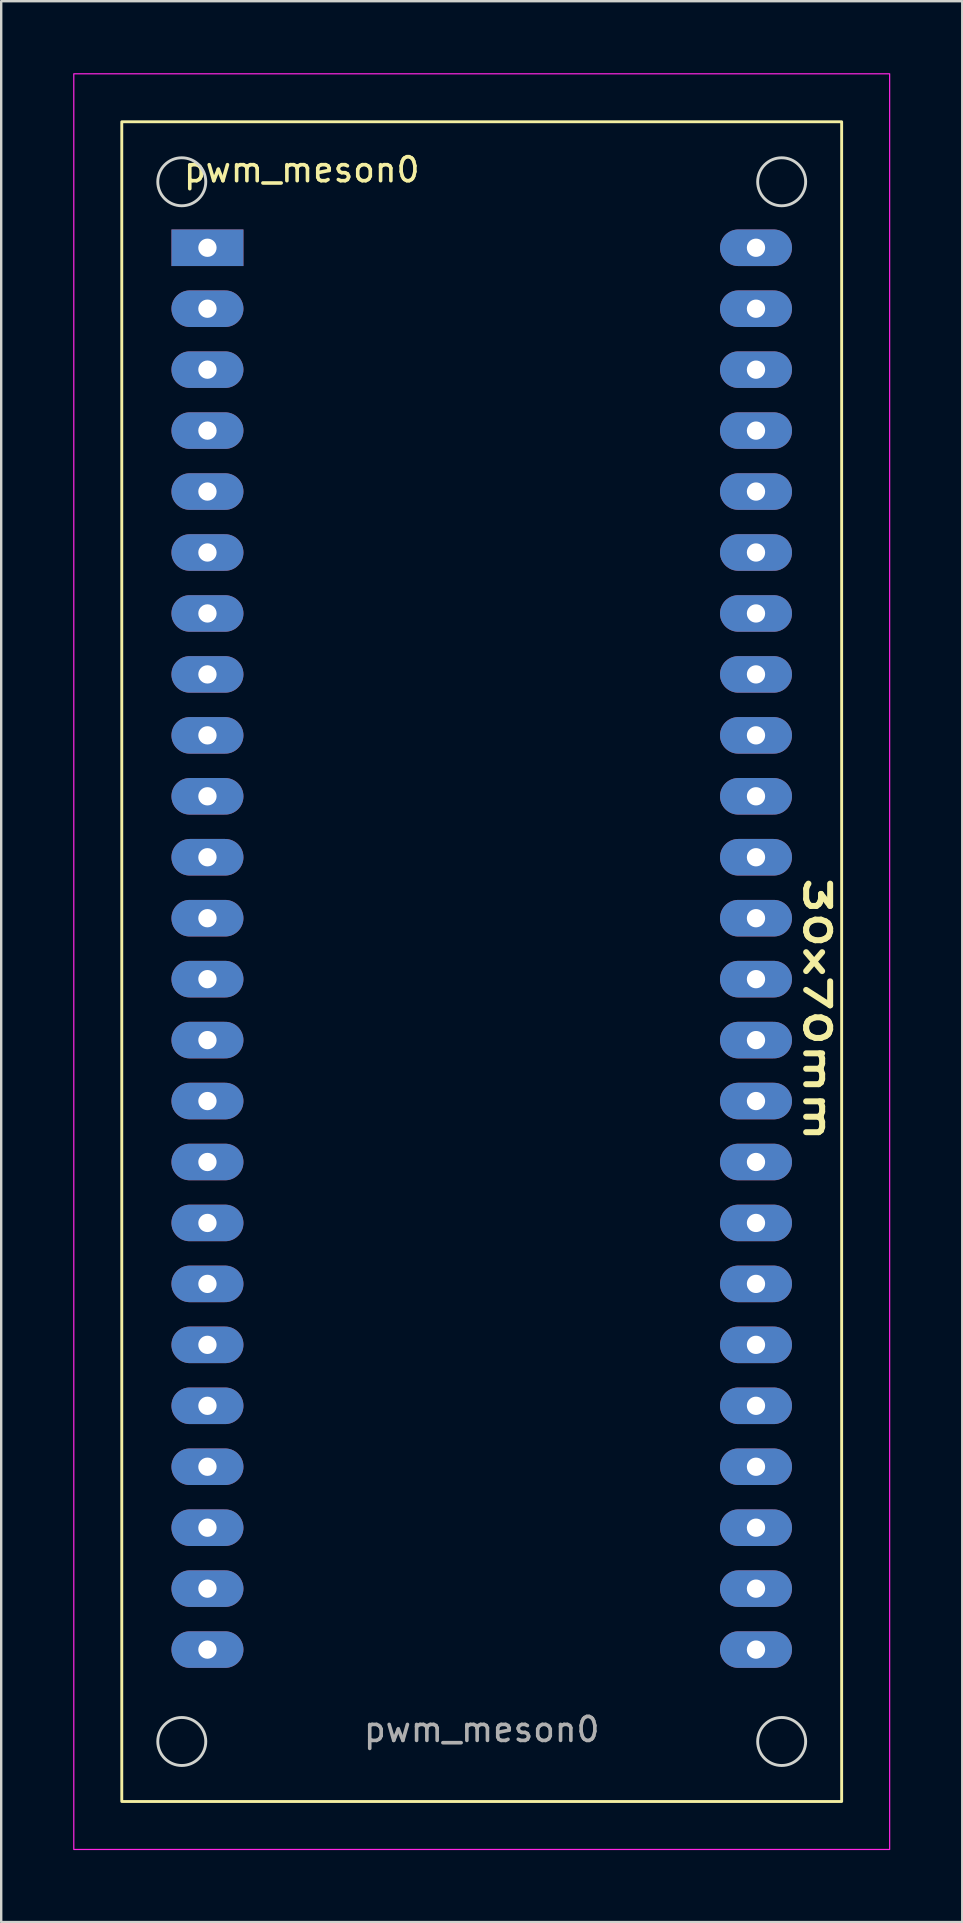
<source format=kicad_pcb>
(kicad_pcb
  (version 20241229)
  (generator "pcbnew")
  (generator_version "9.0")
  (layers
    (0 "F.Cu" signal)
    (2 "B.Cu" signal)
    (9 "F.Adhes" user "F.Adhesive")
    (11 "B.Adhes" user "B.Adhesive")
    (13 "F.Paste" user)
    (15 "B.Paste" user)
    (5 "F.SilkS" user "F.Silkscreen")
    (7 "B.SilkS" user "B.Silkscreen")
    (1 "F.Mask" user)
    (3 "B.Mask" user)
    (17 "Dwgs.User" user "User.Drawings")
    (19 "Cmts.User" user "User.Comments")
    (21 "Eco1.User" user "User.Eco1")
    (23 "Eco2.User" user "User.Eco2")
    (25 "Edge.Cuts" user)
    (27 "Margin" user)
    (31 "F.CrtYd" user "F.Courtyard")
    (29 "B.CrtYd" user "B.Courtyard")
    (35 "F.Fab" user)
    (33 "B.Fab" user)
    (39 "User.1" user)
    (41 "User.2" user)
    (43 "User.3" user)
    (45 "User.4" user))
  (footprint "pwm_meson0"
    (layer "F.Cu")
    (at 17.025 39.025)
    (property "Reference" "pwm_meson0" (at -7.5 -35 0) (unlocked yes) (layer "F.SilkS") (effects (font (size 1 1) (thickness 0.15))))
    (attr through_hole)
    (fp_rect (start -15 -37) (end 15 33) (stroke (width 0.12) (type solid)) (fill no) (layer "F.SilkS"))
    (fp_circle (center -12.5 -34.5) (end -11.5 -34.5) (stroke (width 0.12) (type solid)) (fill no) (layer "Edge.Cuts"))
    (fp_circle (center -12.5 30.5) (end -11.5 30.5) (stroke (width 0.12) (type solid)) (fill no) (layer "Edge.Cuts"))
    (fp_circle (center 12.5 -34.5) (end 13.5 -34.5) (stroke (width 0.12) (type solid)) (fill no) (layer "Edge.Cuts"))
    (fp_circle (center 12.5 30.5) (end 13.5 30.5) (stroke (width 0.12) (type solid)) (fill no) (layer "Edge.Cuts"))
    (fp_rect (start -17 -39) (end 17 35) (stroke (width 0.05) (type solid)) (fill no) (layer "F.CrtYd"))
    (fp_text user "30x70mm" (at 13.97 0 270) (unlocked yes) (layer "F.SilkS") (effects (font (size 1 1.5) (thickness 0.25))))
    (fp_text user "${REFERENCE}" (at 0 30 0) (unlocked yes) (layer "F.Fab") (effects (font (size 1 1) (thickness 0.15))))
    (pad "1A" thru_hole rect (at -11.43 -31.75) (size 3 1.524) (drill 0.762) (layers "*.Cu" "*.Mask"))
    (pad "1J" thru_hole oval (at 11.43 -31.75) (size 3 1.524) (drill 0.762) (layers "*.Cu" "*.Mask"))
    (pad "2A" thru_hole oval (at -11.43 -29.21) (size 3 1.524) (drill 0.762) (layers "*.Cu" "*.Mask"))
    (pad "2J" thru_hole oval (at 11.43 -29.21) (size 3 1.524) (drill 0.762) (layers "*.Cu" "*.Mask"))
    (pad "3A" thru_hole oval (at -11.43 -26.67) (size 3 1.524) (drill 0.762) (layers "*.Cu" "*.Mask"))
    (pad "3J" thru_hole oval (at 11.43 -26.67) (size 3 1.524) (drill 0.762) (layers "*.Cu" "*.Mask"))
    (pad "4A" thru_hole oval (at -11.43 -24.13) (size 3 1.524) (drill 0.762) (layers "*.Cu" "*.Mask"))
    (pad "4J" thru_hole oval (at 11.43 -24.13) (size 3 1.524) (drill 0.762) (layers "*.Cu" "*.Mask"))
    (pad "5A" thru_hole oval (at -11.43 -21.59) (size 3 1.524) (drill 0.762) (layers "*.Cu" "*.Mask"))
    (pad "5J" thru_hole oval (at 11.43 -21.59) (size 3 1.524) (drill 0.762) (layers "*.Cu" "*.Mask"))
    (pad "6A" thru_hole oval (at -11.43 -19.05) (size 3 1.524) (drill 0.762) (layers "*.Cu" "*.Mask"))
    (pad "6J" thru_hole oval (at 11.43 -19.05) (size 3 1.524) (drill 0.762) (layers "*.Cu" "*.Mask"))
    (pad "7A" thru_hole oval (at -11.43 -16.51) (size 3 1.524) (drill 0.762) (layers "*.Cu" "*.Mask"))
    (pad "7J" thru_hole oval (at 11.43 -16.51) (size 3 1.524) (drill 0.762) (layers "*.Cu" "*.Mask"))
    (pad "8A" thru_hole oval (at -11.43 -13.97) (size 3 1.524) (drill 0.762) (layers "*.Cu" "*.Mask"))
    (pad "8J" thru_hole oval (at 11.43 -13.97) (size 3 1.524) (drill 0.762) (layers "*.Cu" "*.Mask"))
    (pad "9A" thru_hole oval (at -11.43 -11.43) (size 3 1.524) (drill 0.762) (layers "*.Cu" "*.Mask"))
    (pad "9J" thru_hole oval (at 11.43 -11.43) (size 3 1.524) (drill 0.762) (layers "*.Cu" "*.Mask"))
    (pad "10A" thru_hole oval (at -11.43 -8.89) (size 3 1.524) (drill 0.762) (layers "*.Cu" "*.Mask"))
    (pad "10J" thru_hole oval (at 11.43 -8.89) (size 3 1.524) (drill 0.762) (layers "*.Cu" "*.Mask"))
    (pad "11A" thru_hole oval (at -11.43 -6.35) (size 3 1.524) (drill 0.762) (layers "*.Cu" "*.Mask"))
    (pad "11J" thru_hole oval (at 11.43 -6.35) (size 3 1.524) (drill 0.762) (layers "*.Cu" "*.Mask"))
    (pad "12A" thru_hole oval (at -11.43 -3.81) (size 3 1.524) (drill 0.762) (layers "*.Cu" "*.Mask"))
    (pad "12J" thru_hole oval (at 11.43 -3.81) (size 3 1.524) (drill 0.762) (layers "*.Cu" "*.Mask"))
    (pad "13A" thru_hole oval (at -11.43 -1.27) (size 3 1.524) (drill 0.762) (layers "*.Cu" "*.Mask"))
    (pad "13J" thru_hole oval (at 11.43 -1.27) (size 3 1.524) (drill 0.762) (layers "*.Cu" "*.Mask"))
    (pad "14A" thru_hole oval (at -11.43 1.27) (size 3 1.524) (drill 0.762) (layers "*.Cu" "*.Mask"))
    (pad "14J" thru_hole oval (at 11.43 1.27) (size 3 1.524) (drill 0.762) (layers "*.Cu" "*.Mask"))
    (pad "15A" thru_hole oval (at -11.43 3.81) (size 3 1.524) (drill 0.762) (layers "*.Cu" "*.Mask"))
    (pad "15J" thru_hole oval (at 11.43 3.81) (size 3 1.524) (drill 0.762) (layers "*.Cu" "*.Mask"))
    (pad "16A" thru_hole oval (at -11.43 6.35) (size 3 1.524) (drill 0.762) (layers "*.Cu" "*.Mask"))
    (pad "16J" thru_hole oval (at 11.43 6.35) (size 3 1.524) (drill 0.762) (layers "*.Cu" "*.Mask"))
    (pad "17A" thru_hole oval (at -11.43 8.89) (size 3 1.524) (drill 0.762) (layers "*.Cu" "*.Mask"))
    (pad "17J" thru_hole oval (at 11.43 8.89) (size 3 1.524) (drill 0.762) (layers "*.Cu" "*.Mask"))
    (pad "18A" thru_hole oval (at -11.43 11.43) (size 3 1.524) (drill 0.762) (layers "*.Cu" "*.Mask"))
    (pad "18J" thru_hole oval (at 11.43 11.43) (size 3 1.524) (drill 0.762) (layers "*.Cu" "*.Mask"))
    (pad "19A" thru_hole oval (at -11.43 13.97) (size 3 1.524) (drill 0.762) (layers "*.Cu" "*.Mask"))
    (pad "19J" thru_hole oval (at 11.43 13.97) (size 3 1.524) (drill 0.762) (layers "*.Cu" "*.Mask"))
    (pad "20A" thru_hole oval (at -11.43 16.51) (size 3 1.524) (drill 0.762) (layers "*.Cu" "*.Mask"))
    (pad "20J" thru_hole oval (at 11.43 16.51) (size 3 1.524) (drill 0.762) (layers "*.Cu" "*.Mask"))
    (pad "21A" thru_hole oval (at -11.43 19.05) (size 3 1.524) (drill 0.762) (layers "*.Cu" "*.Mask"))
    (pad "21J" thru_hole oval (at 11.43 19.05) (size 3 1.524) (drill 0.762) (layers "*.Cu" "*.Mask"))
    (pad "22A" thru_hole oval (at -11.43 21.59) (size 3 1.524) (drill 0.762) (layers "*.Cu" "*.Mask"))
    (pad "22J" thru_hole oval (at 11.43 21.59) (size 3 1.524) (drill 0.762) (layers "*.Cu" "*.Mask"))
    (pad "23A" thru_hole oval (at -11.43 24.13) (size 3 1.524) (drill 0.762) (layers "*.Cu" "*.Mask"))
    (pad "23J" thru_hole oval (at 11.43 24.13) (size 3 1.524) (drill 0.762) (layers "*.Cu" "*.Mask"))
    (pad "24A" thru_hole oval (at -11.43 26.67) (size 3 1.524) (drill 0.762) (layers "*.Cu" "*.Mask"))
    (pad "24J" thru_hole oval (at 11.43 26.67) (size 3 1.524) (drill 0.762) (layers "*.Cu" "*.Mask")))
  (gr_rect
    (start -3 -3)
    (end 37.05 77.05)
    (stroke (width 0.1) (type default))
    (fill no)
    (layer "Edge.Cuts")))
</source>
